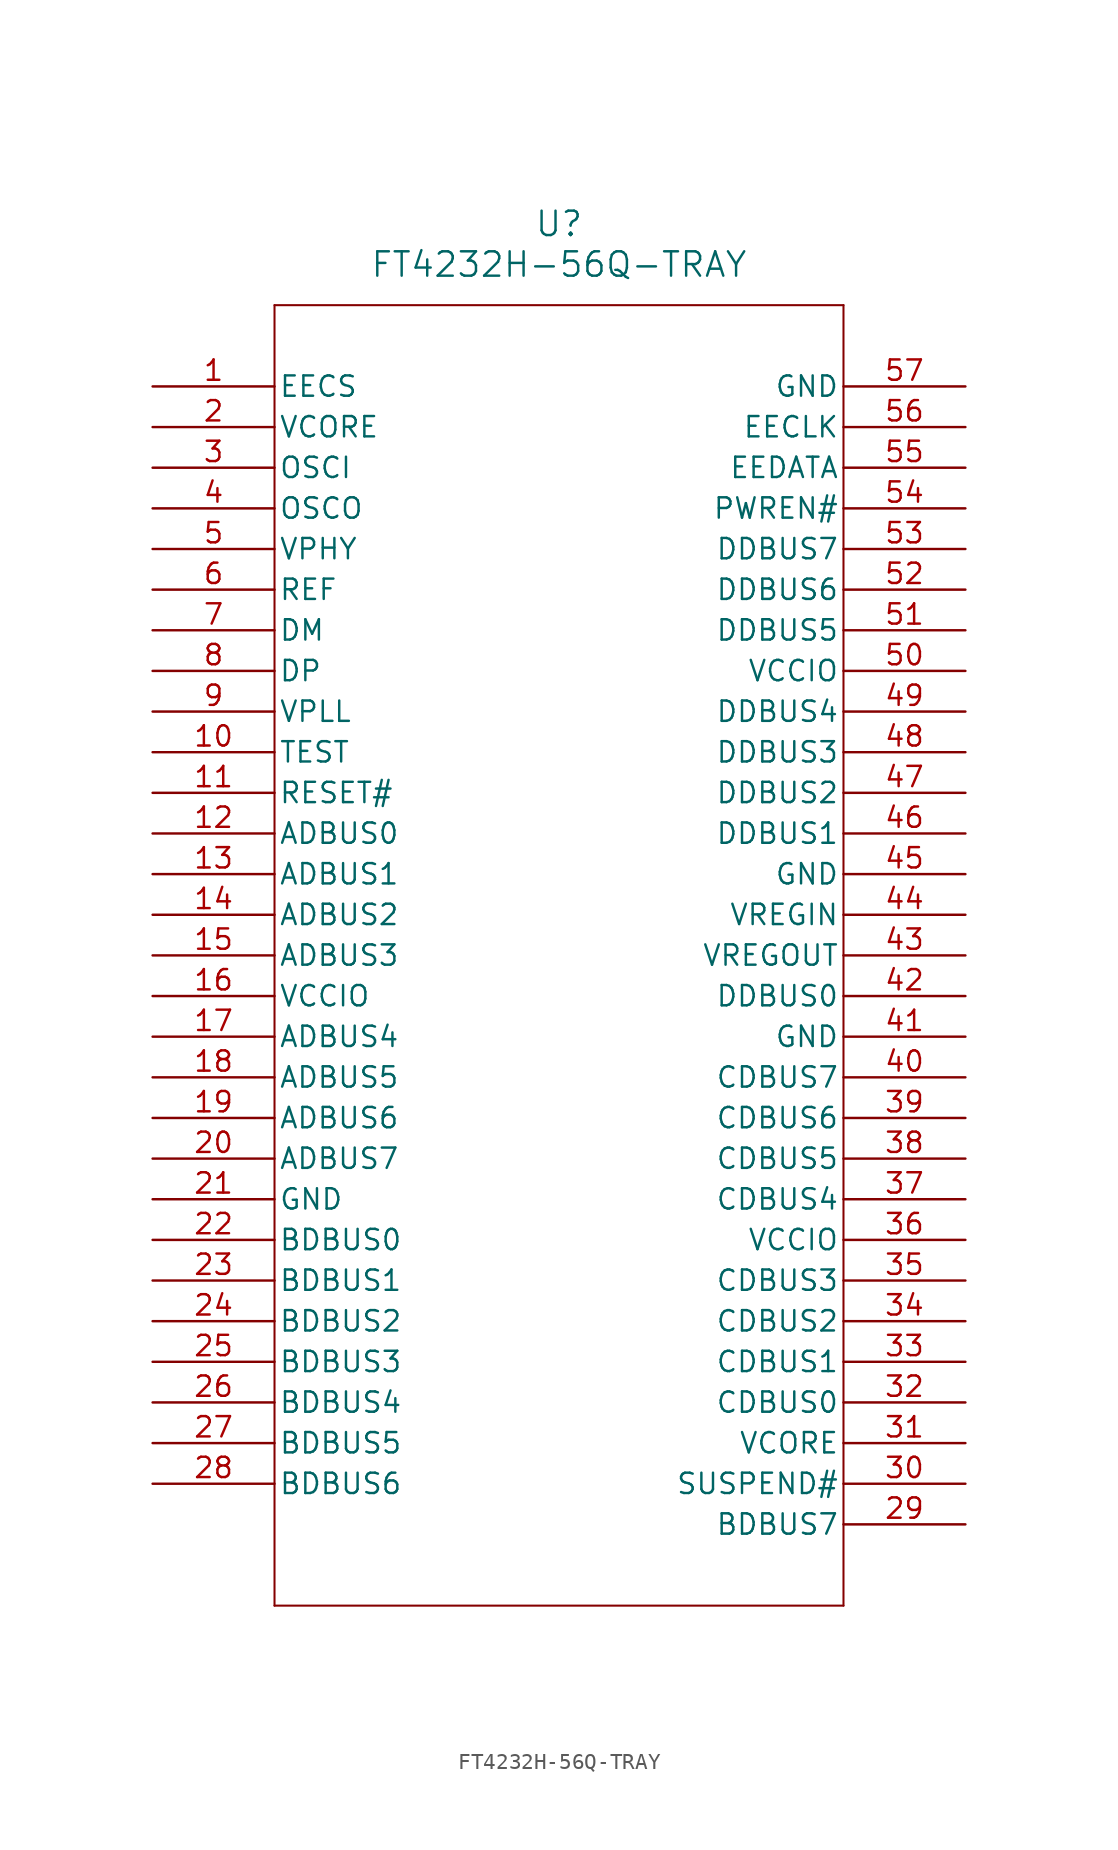
<source format=kicad_sym>
(kicad_symbol_lib
  (version 20211014)
  (generator kicad_symbol_editor)
  (symbol "FT4232H-56Q-TRAY"
    (pin_names
      (offset 0.254))
    (property "Reference" "U"
      (at 25.4 10.16 0)
      (effects (font (size 1.524 1.524))))
    (property "Value" "FT4232H-56Q-TRAY"
      (at 25.4 7.62 0)
      (effects (font (size 1.524 1.524))))
    (symbol "FT4232H-56Q-TRAY_0_1"
      (polyline (pts (xy 7.62 5.08) (xy 7.62 -76.2)) (stroke (width 0.127) (type default) (color 0 0 0 0)) (fill (type none)))
      (polyline (pts (xy 7.62 -76.2) (xy 43.18 -76.2)) (stroke (width 0.127) (type default) (color 0 0 0 0)) (fill (type none)))
      (polyline (pts (xy 43.18 -76.2) (xy 43.18 5.08)) (stroke (width 0.127) (type default) (color 0 0 0 0)) (fill (type none)))
      (polyline (pts (xy 43.18 5.08) (xy 7.62 5.08)) (stroke (width 0.127) (type default) (color 0 0 0 0)) (fill (type none)))
      (pin bidirectional line (at 0 0 0) (length 7.62) (name "EECS" (effects (font (size 1.27 1.27)))) (number "1" (effects (font (size 1.27 1.27)))))
      (pin power_in line (at 0 -2.54 0) (length 7.62) (name "VCORE" (effects (font (size 1.27 1.27)))) (number "2" (effects (font (size 1.27 1.27)))))
      (pin input line (at 0 -5.08 0) (length 7.62) (name "OSCI" (effects (font (size 1.27 1.27)))) (number "3" (effects (font (size 1.27 1.27)))))
      (pin output line (at 0 -7.62 0) (length 7.62) (name "OSCO" (effects (font (size 1.27 1.27)))) (number "4" (effects (font (size 1.27 1.27)))))
      (pin power_in line (at 0 -10.16 0) (length 7.62) (name "VPHY" (effects (font (size 1.27 1.27)))) (number "5" (effects (font (size 1.27 1.27)))))
      (pin input line (at 0 -12.7 0) (length 7.62) (name "REF" (effects (font (size 1.27 1.27)))) (number "6" (effects (font (size 1.27 1.27)))))
      (pin input line (at 0 -15.24 0) (length 7.62) (name "DM" (effects (font (size 1.27 1.27)))) (number "7" (effects (font (size 1.27 1.27)))))
      (pin input line (at 0 -17.78 0) (length 7.62) (name "DP" (effects (font (size 1.27 1.27)))) (number "8" (effects (font (size 1.27 1.27)))))
      (pin power_in line (at 0 -20.32 0) (length 7.62) (name "VPLL" (effects (font (size 1.27 1.27)))) (number "9" (effects (font (size 1.27 1.27)))))
      (pin input line (at 0 -22.86 0) (length 7.62) (name "TEST" (effects (font (size 1.27 1.27)))) (number "10" (effects (font (size 1.27 1.27)))))
      (pin input line (at 0 -25.4 0) (length 7.62) (name "RESET#" (effects (font (size 1.27 1.27)))) (number "11" (effects (font (size 1.27 1.27)))))
      (pin bidirectional line (at 0 -27.94 0) (length 7.62) (name "ADBUS0" (effects (font (size 1.27 1.27)))) (number "12" (effects (font (size 1.27 1.27)))))
      (pin bidirectional line (at 0 -30.48 0) (length 7.62) (name "ADBUS1" (effects (font (size 1.27 1.27)))) (number "13" (effects (font (size 1.27 1.27)))))
      (pin bidirectional line (at 0 -33.02 0) (length 7.62) (name "ADBUS2" (effects (font (size 1.27 1.27)))) (number "14" (effects (font (size 1.27 1.27)))))
      (pin bidirectional line (at 0 -35.56 0) (length 7.62) (name "ADBUS3" (effects (font (size 1.27 1.27)))) (number "15" (effects (font (size 1.27 1.27)))))
      (pin power_in line (at 0 -38.1 0) (length 7.62) (name "VCCIO" (effects (font (size 1.27 1.27)))) (number "16" (effects (font (size 1.27 1.27)))))
      (pin bidirectional line (at 0 -40.64 0) (length 7.62) (name "ADBUS4" (effects (font (size 1.27 1.27)))) (number "17" (effects (font (size 1.27 1.27)))))
      (pin bidirectional line (at 0 -43.18 0) (length 7.62) (name "ADBUS5" (effects (font (size 1.27 1.27)))) (number "18" (effects (font (size 1.27 1.27)))))
      (pin bidirectional line (at 0 -45.72 0) (length 7.62) (name "ADBUS6" (effects (font (size 1.27 1.27)))) (number "19" (effects (font (size 1.27 1.27)))))
      (pin bidirectional line (at 0 -48.26 0) (length 7.62) (name "ADBUS7" (effects (font (size 1.27 1.27)))) (number "20" (effects (font (size 1.27 1.27)))))
      (pin power_out line (at 0 -50.8 0) (length 7.62) (name "GND" (effects (font (size 1.27 1.27)))) (number "21" (effects (font (size 1.27 1.27)))))
      (pin bidirectional line (at 0 -53.34 0) (length 7.62) (name "BDBUS0" (effects (font (size 1.27 1.27)))) (number "22" (effects (font (size 1.27 1.27)))))
      (pin bidirectional line (at 0 -55.88 0) (length 7.62) (name "BDBUS1" (effects (font (size 1.27 1.27)))) (number "23" (effects (font (size 1.27 1.27)))))
      (pin bidirectional line (at 0 -58.42 0) (length 7.62) (name "BDBUS2" (effects (font (size 1.27 1.27)))) (number "24" (effects (font (size 1.27 1.27)))))
      (pin bidirectional line (at 0 -60.96 0) (length 7.62) (name "BDBUS3" (effects (font (size 1.27 1.27)))) (number "25" (effects (font (size 1.27 1.27)))))
      (pin bidirectional line (at 0 -63.5 0) (length 7.62) (name "BDBUS4" (effects (font (size 1.27 1.27)))) (number "26" (effects (font (size 1.27 1.27)))))
      (pin bidirectional line (at 0 -66.04 0) (length 7.62) (name "BDBUS5" (effects (font (size 1.27 1.27)))) (number "27" (effects (font (size 1.27 1.27)))))
      (pin bidirectional line (at 0 -68.58 0) (length 7.62) (name "BDBUS6" (effects (font (size 1.27 1.27)))) (number "28" (effects (font (size 1.27 1.27)))))
      (pin bidirectional line (at 50.8 -71.12 180) (length 7.62) (name "BDBUS7" (effects (font (size 1.27 1.27)))) (number "29" (effects (font (size 1.27 1.27)))))
      (pin output line (at 50.8 -68.58 180) (length 7.62) (name "SUSPEND#" (effects (font (size 1.27 1.27)))) (number "30" (effects (font (size 1.27 1.27)))))
      (pin power_in line (at 50.8 -66.04 180) (length 7.62) (name "VCORE" (effects (font (size 1.27 1.27)))) (number "31" (effects (font (size 1.27 1.27)))))
      (pin bidirectional line (at 50.8 -63.5 180) (length 7.62) (name "CDBUS0" (effects (font (size 1.27 1.27)))) (number "32" (effects (font (size 1.27 1.27)))))
      (pin bidirectional line (at 50.8 -60.96 180) (length 7.62) (name "CDBUS1" (effects (font (size 1.27 1.27)))) (number "33" (effects (font (size 1.27 1.27)))))
      (pin bidirectional line (at 50.8 -58.42 180) (length 7.62) (name "CDBUS2" (effects (font (size 1.27 1.27)))) (number "34" (effects (font (size 1.27 1.27)))))
      (pin bidirectional line (at 50.8 -55.88 180) (length 7.62) (name "CDBUS3" (effects (font (size 1.27 1.27)))) (number "35" (effects (font (size 1.27 1.27)))))
      (pin power_in line (at 50.8 -53.34 180) (length 7.62) (name "VCCIO" (effects (font (size 1.27 1.27)))) (number "36" (effects (font (size 1.27 1.27)))))
      (pin bidirectional line (at 50.8 -50.8 180) (length 7.62) (name "CDBUS4" (effects (font (size 1.27 1.27)))) (number "37" (effects (font (size 1.27 1.27)))))
      (pin bidirectional line (at 50.8 -48.26 180) (length 7.62) (name "CDBUS5" (effects (font (size 1.27 1.27)))) (number "38" (effects (font (size 1.27 1.27)))))
      (pin bidirectional line (at 50.8 -45.72 180) (length 7.62) (name "CDBUS6" (effects (font (size 1.27 1.27)))) (number "39" (effects (font (size 1.27 1.27)))))
      (pin bidirectional line (at 50.8 -43.18 180) (length 7.62) (name "CDBUS7" (effects (font (size 1.27 1.27)))) (number "40" (effects (font (size 1.27 1.27)))))
      (pin power_out line (at 50.8 -40.64 180) (length 7.62) (name "GND" (effects (font (size 1.27 1.27)))) (number "41" (effects (font (size 1.27 1.27)))))
      (pin bidirectional line (at 50.8 -38.1 180) (length 7.62) (name "DDBUS0" (effects (font (size 1.27 1.27)))) (number "42" (effects (font (size 1.27 1.27)))))
      (pin power_in line (at 50.8 -35.56 180) (length 7.62) (name "VREGOUT" (effects (font (size 1.27 1.27)))) (number "43" (effects (font (size 1.27 1.27)))))
      (pin power_in line (at 50.8 -33.02 180) (length 7.62) (name "VREGIN" (effects (font (size 1.27 1.27)))) (number "44" (effects (font (size 1.27 1.27)))))
      (pin power_out line (at 50.8 -30.48 180) (length 7.62) (name "GND" (effects (font (size 1.27 1.27)))) (number "45" (effects (font (size 1.27 1.27)))))
      (pin bidirectional line (at 50.8 -27.94 180) (length 7.62) (name "DDBUS1" (effects (font (size 1.27 1.27)))) (number "46" (effects (font (size 1.27 1.27)))))
      (pin bidirectional line (at 50.8 -25.4 180) (length 7.62) (name "DDBUS2" (effects (font (size 1.27 1.27)))) (number "47" (effects (font (size 1.27 1.27)))))
      (pin bidirectional line (at 50.8 -22.86 180) (length 7.62) (name "DDBUS3" (effects (font (size 1.27 1.27)))) (number "48" (effects (font (size 1.27 1.27)))))
      (pin bidirectional line (at 50.8 -20.32 180) (length 7.62) (name "DDBUS4" (effects (font (size 1.27 1.27)))) (number "49" (effects (font (size 1.27 1.27)))))
      (pin power_in line (at 50.8 -17.78 180) (length 7.62) (name "VCCIO" (effects (font (size 1.27 1.27)))) (number "50" (effects (font (size 1.27 1.27)))))
      (pin bidirectional line (at 50.8 -15.24 180) (length 7.62) (name "DDBUS5" (effects (font (size 1.27 1.27)))) (number "51" (effects (font (size 1.27 1.27)))))
      (pin bidirectional line (at 50.8 -12.7 180) (length 7.62) (name "DDBUS6" (effects (font (size 1.27 1.27)))) (number "52" (effects (font (size 1.27 1.27)))))
      (pin bidirectional line (at 50.8 -10.16 180) (length 7.62) (name "DDBUS7" (effects (font (size 1.27 1.27)))) (number "53" (effects (font (size 1.27 1.27)))))
      (pin output line (at 50.8 -7.62 180) (length 7.62) (name "PWREN#" (effects (font (size 1.27 1.27)))) (number "54" (effects (font (size 1.27 1.27)))))
      (pin bidirectional line (at 50.8 -5.08 180) (length 7.62) (name "EEDATA" (effects (font (size 1.27 1.27)))) (number "55" (effects (font (size 1.27 1.27)))))
      (pin output line (at 50.8 -2.54 180) (length 7.62) (name "EECLK" (effects (font (size 1.27 1.27)))) (number "56" (effects (font (size 1.27 1.27)))))
      (pin power_out line (at 50.8 0 180) (length 7.62) (name "GND" (effects (font (size 1.27 1.27)))) (number "57" (effects (font (size 1.27 1.27))))))))
</source>
